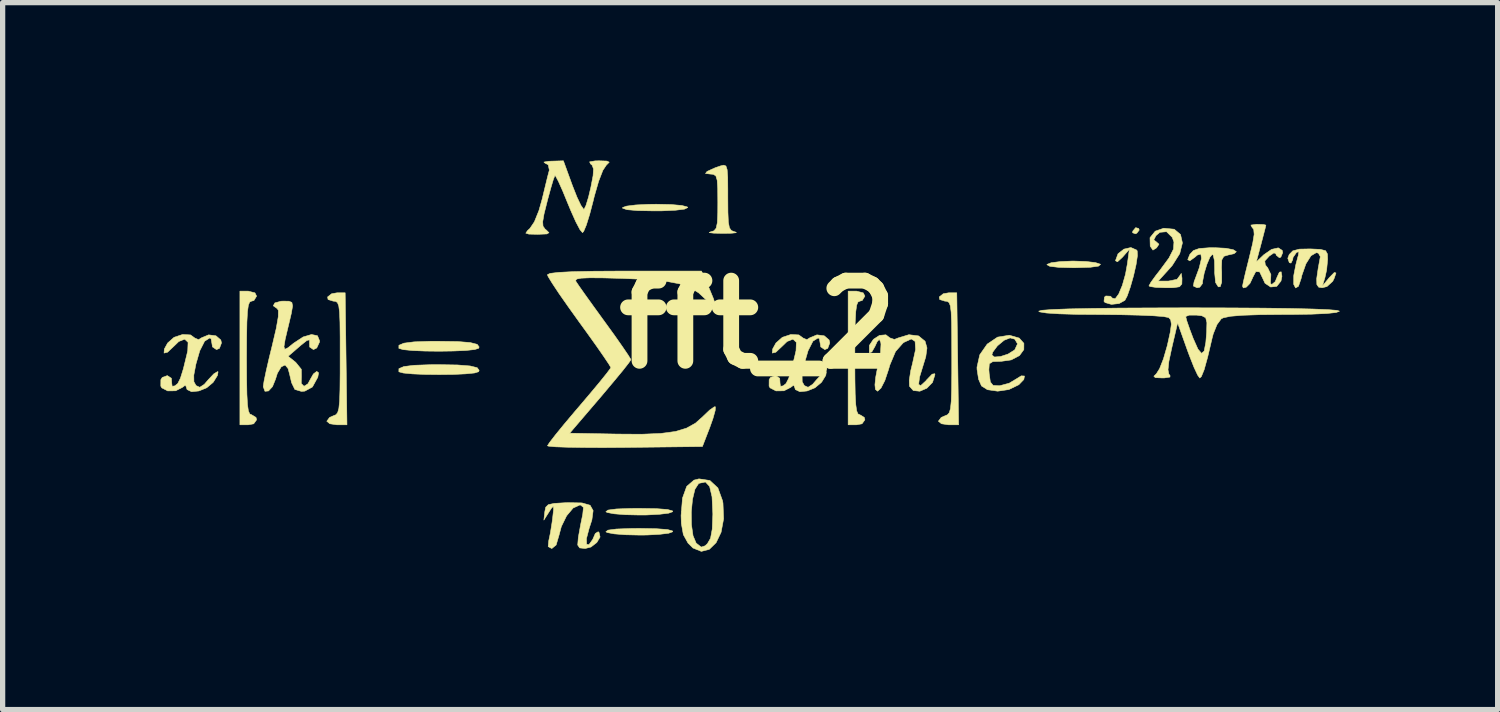
<source format=kicad_pcb>
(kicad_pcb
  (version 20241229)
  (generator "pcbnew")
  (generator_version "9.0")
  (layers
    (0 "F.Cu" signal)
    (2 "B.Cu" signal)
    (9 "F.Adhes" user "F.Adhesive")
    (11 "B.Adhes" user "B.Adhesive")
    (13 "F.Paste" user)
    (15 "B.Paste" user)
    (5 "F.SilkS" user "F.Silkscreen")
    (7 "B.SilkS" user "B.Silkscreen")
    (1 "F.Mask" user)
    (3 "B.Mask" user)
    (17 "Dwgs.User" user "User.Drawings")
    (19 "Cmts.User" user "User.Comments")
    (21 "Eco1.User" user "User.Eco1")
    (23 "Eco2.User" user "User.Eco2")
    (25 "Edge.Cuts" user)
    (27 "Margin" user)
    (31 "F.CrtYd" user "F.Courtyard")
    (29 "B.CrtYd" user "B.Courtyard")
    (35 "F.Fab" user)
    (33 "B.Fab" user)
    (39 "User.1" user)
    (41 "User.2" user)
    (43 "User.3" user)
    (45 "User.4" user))
  (footprint "fft_2"
    (layer "F.Cu")
    (at 11.35 3.116)
    (property "Reference" "fft_2" (at 0 0 0) (layer "F.SilkS") (effects (font (size 1.524 1.524) (thickness 0.3))))
    (attr through_hole)
    (fp_poly (pts (xy 7.234 -1.825) (xy 7.244 -1.795) (xy 7.199 -1.736) (xy 7.172 -1.724) (xy 7.118 -1.744) (xy 7.122 -1.775) (xy 7.177 -1.841) (xy 7.234 -1.825)) (stroke (width 0.01) (type solid)) (fill yes) (layer "F.SilkS"))
    (fp_poly (pts (xy -1.931 3.498) (xy -1.718 3.514) (xy -1.622 3.541) (xy -1.619 3.556) (xy -1.696 3.584) (xy -1.87 3.605) (xy -2.111 3.618) (xy -2.254 3.619) (xy -2.518 3.613) (xy -2.731 3.596) (xy -2.863 3.571) (xy -2.889 3.556) (xy -2.849 3.525) (xy -2.689 3.504) (xy -2.415 3.494) (xy -2.254 3.493) (xy -1.931 3.498)) (stroke (width 0.01) (type solid)) (fill yes) (layer "F.SilkS"))
    (fp_poly (pts (xy -1.931 3.879) (xy -1.718 3.895) (xy -1.622 3.922) (xy -1.619 3.937) (xy -1.696 3.965) (xy -1.87 3.986) (xy -2.111 3.999) (xy -2.254 4) (xy -2.518 3.994) (xy -2.731 3.977) (xy -2.863 3.952) (xy -2.889 3.937) (xy -2.849 3.906) (xy -2.689 3.885) (xy -2.415 3.875) (xy -2.254 3.873) (xy -1.931 3.879)) (stroke (width 0.01) (type solid)) (fill yes) (layer "F.SilkS"))
    (fp_poly (pts (xy -1.65 -2.28) (xy -1.446 -2.262) (xy -1.343 -2.235) (xy -1.333 -2.223) (xy -1.394 -2.193) (xy -1.563 -2.172) (xy -1.823 -2.16) (xy -1.972 -2.159) (xy -2.284 -2.165) (xy -2.486 -2.182) (xy -2.571 -2.21) (xy -2.572 -2.223) (xy -2.495 -2.25) (xy -2.321 -2.272) (xy -2.079 -2.284) (xy -1.933 -2.286) (xy -1.65 -2.28)) (stroke (width 0.01) (type solid)) (fill yes) (layer "F.SilkS"))
    (fp_poly (pts (xy 6.233 -1.198) (xy 6.413 -1.177) (xy 6.505 -1.147) (xy 6.509 -1.143) (xy 6.471 -1.11) (xy 6.315 -1.088) (xy 6.05 -1.08) (xy 6.001 -1.079) (xy 5.72 -1.086) (xy 5.547 -1.106) (xy 5.491 -1.137) (xy 5.493 -1.143) (xy 5.571 -1.174) (xy 5.742 -1.196) (xy 5.969 -1.206) (xy 6.001 -1.206) (xy 6.233 -1.198)) (stroke (width 0.01) (type solid)) (fill yes) (layer "F.SilkS"))
    (fp_poly (pts (xy -5.708 0.323) (xy -5.468 0.342) (xy -5.334 0.376) (xy -5.297 0.426) (xy -5.306 0.451) (xy -5.382 0.475) (xy -5.552 0.493) (xy -5.787 0.503) (xy -6.054 0.507) (xy -6.322 0.504) (xy -6.561 0.494) (xy -6.737 0.477) (xy -6.821 0.453) (xy -6.822 0.451) (xy -6.821 0.394) (xy -6.727 0.354) (xy -6.532 0.329) (xy -6.224 0.318) (xy -6.064 0.318) (xy -5.708 0.323)) (stroke (width 0.01) (type solid)) (fill yes) (layer "F.SilkS"))
    (fp_poly (pts (xy -5.708 0.768) (xy -5.468 0.787) (xy -5.334 0.82) (xy -5.297 0.87) (xy -5.306 0.896) (xy -5.382 0.92) (xy -5.552 0.937) (xy -5.787 0.948) (xy -6.054 0.951) (xy -6.322 0.948) (xy -6.561 0.938) (xy -6.737 0.921) (xy -6.821 0.898) (xy -6.822 0.896) (xy -6.821 0.838) (xy -6.727 0.798) (xy -6.532 0.774) (xy -6.224 0.763) (xy -6.064 0.762) (xy -5.708 0.768)) (stroke (width 0.01) (type solid)) (fill yes) (layer "F.SilkS"))
    (fp_poly (pts (xy -9.556 -0.602) (xy -9.525 -0.54) (xy -9.576 -0.456) (xy -9.62 -0.445) (xy -9.656 -0.428) (xy -9.681 -0.368) (xy -9.698 -0.247) (xy -9.709 -0.048) (xy -9.714 0.244) (xy -9.716 0.635) (xy -9.714 1.035) (xy -9.709 1.325) (xy -9.698 1.521) (xy -9.681 1.64) (xy -9.655 1.699) (xy -9.62 1.714) (xy -9.536 1.765) (xy -9.525 1.81) (xy -9.58 1.886) (xy -9.684 1.905) (xy -9.842 1.905) (xy -9.842 -0.635) (xy -9.684 -0.635) (xy -9.556 -0.602)) (stroke (width 0.01) (type solid)) (fill yes) (layer "F.SilkS"))
    (fp_poly (pts (xy 2.001 -0.602) (xy 2.032 -0.54) (xy 1.981 -0.456) (xy 1.937 -0.445) (xy 1.901 -0.428) (xy 1.876 -0.368) (xy 1.859 -0.247) (xy 1.848 -0.048) (xy 1.843 0.244) (xy 1.841 0.635) (xy 1.843 1.035) (xy 1.848 1.325) (xy 1.859 1.521) (xy 1.876 1.64) (xy 1.902 1.699) (xy 1.937 1.714) (xy 2.021 1.765) (xy 2.032 1.81) (xy 1.977 1.886) (xy 1.873 1.905) (xy 1.714 1.905) (xy 1.714 -0.635) (xy 1.873 -0.635) (xy 2.001 -0.602)) (stroke (width 0.01) (type solid)) (fill yes) (layer "F.SilkS"))
    (fp_poly (pts (xy -7.808 1.905) (xy -8 1.905) (xy -8.134 1.885) (xy -8.191 1.837) (xy -8.191 1.836) (xy -8.138 1.765) (xy -8.065 1.733) (xy -8.018 1.714) (xy -7.985 1.674) (xy -7.962 1.594) (xy -7.948 1.456) (xy -7.941 1.241) (xy -7.938 0.932) (xy -7.938 0.628) (xy -7.938 0.236) (xy -7.941 -0.046) (xy -7.949 -0.237) (xy -7.964 -0.355) (xy -7.989 -0.417) (xy -8.024 -0.441) (xy -8.07 -0.445) (xy -8.167 -0.475) (xy -8.176 -0.524) (xy -8.099 -0.585) (xy -7.996 -0.603) (xy -7.842 -0.603) (xy -7.808 1.905)) (stroke (width 0.01) (type solid)) (fill yes) (layer "F.SilkS"))
    (fp_poly (pts (xy 3.813 1.905) (xy 3.621 1.905) (xy 3.487 1.885) (xy 3.429 1.837) (xy 3.429 1.836) (xy 3.482 1.765) (xy 3.556 1.733) (xy 3.602 1.714) (xy 3.636 1.674) (xy 3.659 1.594) (xy 3.673 1.456) (xy 3.68 1.241) (xy 3.683 0.932) (xy 3.683 0.628) (xy 3.682 0.236) (xy 3.679 -0.046) (xy 3.671 -0.237) (xy 3.656 -0.355) (xy 3.632 -0.417) (xy 3.596 -0.441) (xy 3.551 -0.445) (xy 3.454 -0.475) (xy 3.445 -0.524) (xy 3.521 -0.585) (xy 3.625 -0.603) (xy 3.778 -0.603) (xy 3.813 1.905)) (stroke (width 0.01) (type solid)) (fill yes) (layer "F.SilkS"))
    (fp_poly (pts (xy 7.194 -1.416) (xy 7.206 -1.399) (xy 7.21 -1.308) (xy 7.184 -1.136) (xy 7.136 -0.925) (xy 7.076 -0.714) (xy 7.016 -0.543) (xy 6.972 -0.46) (xy 6.862 -0.399) (xy 6.716 -0.383) (xy 6.597 -0.417) (xy 6.575 -0.44) (xy 6.584 -0.521) (xy 6.61 -0.543) (xy 6.699 -0.538) (xy 6.735 -0.501) (xy 6.788 -0.49) (xy 6.854 -0.579) (xy 6.923 -0.743) (xy 6.984 -0.958) (xy 7.019 -1.153) (xy 7.057 -1.429) (xy 6.926 -1.279) (xy 6.831 -1.192) (xy 6.795 -1.212) (xy 6.795 -1.219) (xy 6.842 -1.345) (xy 6.954 -1.433) (xy 7.086 -1.463) (xy 7.194 -1.416)) (stroke (width 0.01) (type solid)) (fill yes) (layer "F.SilkS"))
    (fp_poly (pts (xy -0.608 -3.012) (xy -0.585 -2.943) (xy -0.574 -2.799) (xy -0.572 -2.559) (xy -0.572 -2.422) (xy -0.57 -2.133) (xy -0.562 -1.947) (xy -0.542 -1.839) (xy -0.505 -1.786) (xy -0.446 -1.763) (xy -0.429 -1.759) (xy -0.409 -1.745) (xy -0.498 -1.735) (xy -0.667 -1.732) (xy -0.841 -1.736) (xy -0.926 -1.746) (xy -0.905 -1.759) (xy -0.835 -1.781) (xy -0.793 -1.831) (xy -0.771 -1.936) (xy -0.763 -2.122) (xy -0.762 -2.322) (xy -0.764 -2.583) (xy -0.774 -2.741) (xy -0.799 -2.823) (xy -0.846 -2.854) (xy -0.905 -2.859) (xy -0.996 -2.87) (xy -0.97 -2.905) (xy -0.953 -2.915) (xy -0.814 -2.978) (xy -0.714 -3.013) (xy -0.65 -3.028) (xy -0.608 -3.012)) (stroke (width 0.01) (type solid)) (fill yes) (layer "F.SilkS"))
    (fp_poly (pts (xy 8.893 -1.449) (xy 9.033 -1.421) (xy 9.09 -1.384) (xy 9.046 -1.346) (xy 8.938 -1.322) (xy 8.852 -1.296) (xy 8.813 -1.228) (xy 8.807 -1.081) (xy 8.811 -0.995) (xy 8.811 -0.803) (xy 8.783 -0.719) (xy 8.747 -0.716) (xy 8.695 -0.798) (xy 8.677 -0.987) (xy 8.678 -1.039) (xy 8.674 -1.212) (xy 8.65 -1.318) (xy 8.633 -1.333) (xy 8.587 -1.279) (xy 8.53 -1.145) (xy 8.479 -0.978) (xy 8.449 -0.823) (xy 8.446 -0.778) (xy 8.394 -0.709) (xy 8.343 -0.699) (xy 8.273 -0.732) (xy 8.286 -0.81) (xy 8.385 -1.078) (xy 8.427 -1.257) (xy 8.415 -1.34) (xy 8.346 -1.319) (xy 8.305 -1.282) (xy 8.205 -1.21) (xy 8.166 -1.234) (xy 8.206 -1.333) (xy 8.274 -1.406) (xy 8.385 -1.445) (xy 8.573 -1.459) (xy 8.683 -1.46) (xy 8.893 -1.449)) (stroke (width 0.01) (type solid)) (fill yes) (layer "F.SilkS"))
    (fp_poly (pts (xy -0.913 2.963) (xy -0.761 3.104) (xy -0.672 3.349) (xy -0.664 3.393) (xy -0.652 3.691) (xy -0.7 3.947) (xy -0.795 4.145) (xy -0.924 4.271) (xy -1.075 4.31) (xy -1.234 4.246) (xy -1.329 4.151) (xy -1.417 3.992) (xy -1.455 3.779) (xy -1.46 3.627) (xy -1.454 3.559) (xy -1.266 3.559) (xy -1.263 3.802) (xy -1.233 4.012) (xy -1.176 4.148) (xy -1.168 4.157) (xy -1.078 4.228) (xy -1.004 4.204) (xy -0.959 4.162) (xy -0.9 4.06) (xy -0.868 3.886) (xy -0.857 3.613) (xy -0.857 3.589) (xy -0.872 3.273) (xy -0.918 3.076) (xy -0.997 2.991) (xy -1.112 3.015) (xy -1.129 3.024) (xy -1.197 3.13) (xy -1.243 3.321) (xy -1.266 3.559) (xy -1.454 3.559) (xy -1.433 3.297) (xy -1.353 3.075) (xy -1.215 2.956) (xy -1.12 2.932) (xy -0.913 2.963)) (stroke (width 0.01) (type solid)) (fill yes) (layer "F.SilkS"))
    (fp_poly (pts (xy 7.909 -1.811) (xy 8.029 -1.711) (xy 8.065 -1.55) (xy 8.014 -1.348) (xy 7.873 -1.124) (xy 7.835 -1.08) (xy 7.605 -0.826) (xy 7.798 -0.826) (xy 7.963 -0.859) (xy 8.021 -0.937) (xy 8.043 -0.972) (xy 8.056 -0.887) (xy 8.057 -0.873) (xy 8.054 -0.77) (xy 8.01 -0.718) (xy 7.895 -0.7) (xy 7.747 -0.699) (xy 7.566 -0.705) (xy 7.451 -0.722) (xy 7.429 -0.735) (xy 7.466 -0.802) (xy 7.56 -0.932) (xy 7.642 -1.037) (xy 7.81 -1.265) (xy 7.895 -1.433) (xy 7.904 -1.568) (xy 7.872 -1.656) (xy 7.763 -1.764) (xy 7.635 -1.752) (xy 7.562 -1.689) (xy 7.521 -1.608) (xy 7.57 -1.57) (xy 7.619 -1.526) (xy 7.574 -1.458) (xy 7.505 -1.414) (xy 7.455 -1.486) (xy 7.453 -1.49) (xy 7.449 -1.65) (xy 7.549 -1.774) (xy 7.71 -1.83) (xy 7.909 -1.811)) (stroke (width 0.01) (type solid)) (fill yes) (layer "F.SilkS"))
    (fp_poly (pts (xy 10.686 -1.428) (xy 10.785 -1.403) (xy 10.82 -1.341) (xy 10.824 -1.238) (xy 10.805 -1.038) (xy 10.772 -0.889) (xy 10.724 -0.73) (xy 10.853 -0.889) (xy 10.95 -0.988) (xy 10.983 -0.98) (xy 10.946 -0.872) (xy 10.92 -0.821) (xy 10.811 -0.722) (xy 10.721 -0.699) (xy 10.654 -0.71) (xy 10.619 -0.76) (xy 10.616 -0.871) (xy 10.644 -1.065) (xy 10.685 -1.29) (xy 10.648 -1.357) (xy 10.607 -1.365) (xy 10.508 -1.307) (xy 10.411 -1.153) (xy 10.334 -0.934) (xy 10.32 -0.873) (xy 10.27 -0.727) (xy 10.215 -0.695) (xy 10.179 -0.765) (xy 10.18 -0.926) (xy 10.183 -0.947) (xy 10.22 -1.138) (xy 10.259 -1.288) (xy 10.266 -1.307) (xy 10.278 -1.383) (xy 10.234 -1.372) (xy 10.166 -1.274) (xy 10.16 -1.231) (xy 10.128 -1.168) (xy 10.096 -1.175) (xy 10.067 -1.259) (xy 10.094 -1.33) (xy 10.162 -1.4) (xy 10.288 -1.433) (xy 10.492 -1.437) (xy 10.686 -1.428)) (stroke (width 0.01) (type solid)) (fill yes) (layer "F.SilkS"))
    (fp_poly (pts (xy 4.777 0.203) (xy 4.964 0.257) (xy 5.053 0.357) (xy 5.052 0.476) (xy 4.969 0.59) (xy 4.812 0.672) (xy 4.622 0.699) (xy 4.462 0.704) (xy 4.396 0.746) (xy 4.388 0.859) (xy 4.394 0.937) (xy 4.416 1.092) (xy 4.468 1.156) (xy 4.583 1.163) (xy 4.596 1.162) (xy 4.775 1.114) (xy 4.898 1.04) (xy 5.003 0.975) (xy 5.064 0.978) (xy 5.052 1.044) (xy 4.961 1.139) (xy 4.952 1.146) (xy 4.768 1.235) (xy 4.555 1.266) (xy 4.361 1.238) (xy 4.248 1.167) (xy 4.192 1.038) (xy 4.163 0.852) (xy 4.162 0.811) (xy 4.214 0.578) (xy 4.445 0.578) (xy 4.494 0.617) (xy 4.611 0.607) (xy 4.752 0.561) (xy 4.872 0.486) (xy 4.881 0.478) (xy 4.932 0.366) (xy 4.879 0.277) (xy 4.791 0.254) (xy 4.677 0.299) (xy 4.55 0.405) (xy 4.461 0.524) (xy 4.445 0.578) (xy 4.214 0.578) (xy 4.216 0.573) (xy 4.356 0.372) (xy 4.553 0.239) (xy 4.777 0.203) (xy 4.777 0.203)) (stroke (width 0.01) (type solid)) (fill yes) (layer "F.SilkS"))
    (fp_poly (pts (xy -3.343 3.389) (xy -3.189 3.433) (xy -3.131 3.535) (xy -3.155 3.713) (xy -3.207 3.873) (xy -3.258 4.067) (xy -3.255 4.174) (xy -3.21 4.182) (xy -3.138 4.081) (xy -3.089 3.969) (xy -3.036 3.937) (xy -3.02 3.947) (xy -2.999 4.036) (xy -3.061 4.141) (xy -3.172 4.227) (xy -3.281 4.255) (xy -3.387 4.244) (xy -3.424 4.189) (xy -3.413 4.053) (xy -3.407 4.016) (xy -3.369 3.805) (xy -3.33 3.614) (xy -3.328 3.604) (xy -3.315 3.474) (xy -3.368 3.43) (xy -3.385 3.429) (xy -3.511 3.486) (xy -3.635 3.634) (xy -3.735 3.838) (xy -3.779 4.002) (xy -3.834 4.188) (xy -3.914 4.254) (xy -3.918 4.255) (xy -3.985 4.219) (xy -3.975 4.112) (xy -3.943 3.959) (xy -3.91 3.751) (xy -3.901 3.683) (xy -3.882 3.512) (xy -3.887 3.453) (xy -3.923 3.489) (xy -3.966 3.556) (xy -4.067 3.715) (xy -4.049 3.556) (xy -4.032 3.471) (xy -3.982 3.422) (xy -3.871 3.398) (xy -3.67 3.386) (xy -3.607 3.384) (xy -3.343 3.389)) (stroke (width 0.01) (type solid)) (fill yes) (layer "F.SilkS"))
    (fp_poly (pts (xy 9.604 -1.9) (xy 9.651 -1.889) (xy 9.636 -1.824) (xy 9.597 -1.674) (xy 9.56 -1.532) (xy 9.469 -1.191) (xy 9.612 -1.326) (xy 9.759 -1.428) (xy 9.886 -1.457) (xy 9.961 -1.409) (xy 9.97 -1.365) (xy 9.935 -1.281) (xy 9.906 -1.27) (xy 9.846 -1.32) (xy 9.842 -1.343) (xy 9.804 -1.362) (xy 9.715 -1.301) (xy 9.63 -1.208) (xy 9.64 -1.133) (xy 9.685 -1.078) (xy 9.746 -0.951) (xy 9.742 -0.866) (xy 9.737 -0.779) (xy 9.765 -0.762) (xy 9.828 -0.815) (xy 9.864 -0.902) (xy 9.907 -0.995) (xy 9.941 -1.002) (xy 9.956 -0.917) (xy 9.938 -0.827) (xy 9.857 -0.725) (xy 9.741 -0.713) (xy 9.634 -0.785) (xy 9.591 -0.877) (xy 9.532 -1.001) (xy 9.459 -1.006) (xy 9.399 -0.892) (xy 9.396 -0.882) (xy 9.348 -0.781) (xy 9.278 -0.71) (xy 9.221 -0.696) (xy 9.207 -0.73) (xy 9.222 -0.807) (xy 9.261 -0.976) (xy 9.318 -1.204) (xy 9.338 -1.285) (xy 9.401 -1.548) (xy 9.428 -1.713) (xy 9.42 -1.807) (xy 9.386 -1.85) (xy 9.366 -1.89) (xy 9.469 -1.904) (xy 9.477 -1.904) (xy 9.604 -1.9)) (stroke (width 0.01) (type solid)) (fill yes) (layer "F.SilkS"))
    (fp_poly (pts (xy 3.052 0.216) (xy 3.175 0.317) (xy 3.177 0.322) (xy 3.212 0.445) (xy 3.189 0.612) (xy 3.148 0.746) (xy 3.071 0.997) (xy 3.053 1.136) (xy 3.091 1.162) (xy 3.187 1.074) (xy 3.209 1.048) (xy 3.31 0.943) (xy 3.36 0.934) (xy 3.363 0.953) (xy 3.317 1.1) (xy 3.209 1.21) (xy 3.076 1.267) (xy 2.952 1.254) (xy 2.879 1.172) (xy 2.875 1.059) (xy 2.904 0.873) (xy 2.938 0.735) (xy 2.995 0.474) (xy 2.986 0.32) (xy 2.914 0.274) (xy 2.777 0.337) (xy 2.754 0.354) (xy 2.614 0.513) (xy 2.507 0.767) (xy 2.481 0.856) (xy 2.411 1.065) (xy 2.338 1.207) (xy 2.274 1.267) (xy 2.232 1.232) (xy 2.223 1.145) (xy 2.238 0.999) (xy 2.276 0.799) (xy 2.292 0.733) (xy 2.329 0.537) (xy 2.338 0.376) (xy 2.334 0.34) (xy 2.307 0.28) (xy 2.266 0.324) (xy 2.225 0.413) (xy 2.164 0.52) (xy 2.12 0.535) (xy 2.116 0.527) (xy 2.117 0.397) (xy 2.194 0.281) (xy 2.31 0.206) (xy 2.431 0.195) (xy 2.508 0.254) (xy 2.593 0.283) (xy 2.667 0.254) (xy 2.868 0.193) (xy 3.052 0.216)) (stroke (width 0.01) (type solid)) (fill yes) (layer "F.SilkS"))
    (fp_poly (pts (xy -10.78 0.197) (xy -10.698 0.257) (xy -10.627 0.287) (xy -10.571 0.252) (xy -10.436 0.196) (xy -10.297 0.214) (xy -10.205 0.293) (xy -10.192 0.349) (xy -10.231 0.453) (xy -10.287 0.476) (xy -10.363 0.425) (xy -10.373 0.365) (xy -10.389 0.271) (xy -10.413 0.254) (xy -10.512 0.316) (xy -10.605 0.499) (xy -10.678 0.752) (xy -10.718 0.962) (xy -10.716 1.087) (xy -10.675 1.16) (xy -10.604 1.192) (xy -10.518 1.136) (xy -10.444 1.05) (xy -10.339 0.938) (xy -10.267 0.894) (xy -10.257 0.898) (xy -10.268 0.966) (xy -10.341 1.085) (xy -10.354 1.102) (xy -10.474 1.202) (xy -10.622 1.262) (xy -10.76 1.276) (xy -10.846 1.235) (xy -10.858 1.194) (xy -10.877 1.15) (xy -10.935 1.194) (xy -11.063 1.259) (xy -11.213 1.261) (xy -11.326 1.203) (xy -11.345 1.17) (xy -11.344 1.048) (xy -11.317 1.005) (xy -11.221 0.97) (xy -11.143 1.021) (xy -11.137 1.114) (xy -11.129 1.173) (xy -11.078 1.165) (xy -11.023 1.121) (xy -10.972 1.02) (xy -10.916 0.841) (xy -10.848 0.562) (xy -10.833 0.496) (xy -10.827 0.338) (xy -10.891 0.278) (xy -11.003 0.322) (xy -11.094 0.41) (xy -11.217 0.526) (xy -11.283 0.542) (xy -11.278 0.466) (xy -11.215 0.351) (xy -11.093 0.243) (xy -10.931 0.189) (xy -10.78 0.197)) (stroke (width 0.01) (type solid)) (fill yes) (layer "F.SilkS"))
    (fp_poly (pts (xy 0.777 0.197) (xy 0.859 0.257) (xy 0.93 0.287) (xy 0.986 0.252) (xy 1.121 0.196) (xy 1.26 0.214) (xy 1.352 0.293) (xy 1.365 0.349) (xy 1.326 0.453) (xy 1.27 0.476) (xy 1.194 0.425) (xy 1.184 0.365) (xy 1.168 0.271) (xy 1.144 0.254) (xy 1.045 0.316) (xy 0.952 0.499) (xy 0.879 0.752) (xy 0.839 0.962) (xy 0.841 1.087) (xy 0.882 1.16) (xy 0.953 1.192) (xy 1.039 1.136) (xy 1.113 1.05) (xy 1.218 0.938) (xy 1.29 0.894) (xy 1.3 0.898) (xy 1.289 0.966) (xy 1.216 1.085) (xy 1.203 1.102) (xy 1.083 1.202) (xy 0.935 1.262) (xy 0.797 1.276) (xy 0.711 1.235) (xy 0.699 1.194) (xy 0.68 1.15) (xy 0.622 1.194) (xy 0.494 1.259) (xy 0.344 1.261) (xy 0.231 1.203) (xy 0.212 1.17) (xy 0.213 1.048) (xy 0.24 1.005) (xy 0.336 0.97) (xy 0.414 1.021) (xy 0.42 1.114) (xy 0.428 1.173) (xy 0.479 1.165) (xy 0.534 1.121) (xy 0.585 1.02) (xy 0.641 0.841) (xy 0.709 0.562) (xy 0.724 0.496) (xy 0.73 0.338) (xy 0.666 0.278) (xy 0.554 0.322) (xy 0.463 0.41) (xy 0.34 0.526) (xy 0.274 0.542) (xy 0.279 0.466) (xy 0.342 0.351) (xy 0.464 0.243) (xy 0.626 0.189) (xy 0.777 0.197)) (stroke (width 0.01) (type solid)) (fill yes) (layer "F.SilkS"))
    (fp_poly (pts (xy -8.912 -0.443) (xy -8.855 -0.421) (xy -8.841 -0.353) (xy -8.865 -0.213) (xy -8.921 0.025) (xy -8.923 0.032) (xy -8.982 0.28) (xy -9.005 0.421) (xy -8.989 0.47) (xy -8.928 0.441) (xy -8.822 0.355) (xy -8.641 0.236) (xy -8.481 0.189) (xy -8.368 0.213) (xy -8.328 0.311) (xy -8.33 0.333) (xy -8.382 0.445) (xy -8.445 0.476) (xy -8.517 0.427) (xy -8.52 0.354) (xy -8.52 0.291) (xy -8.57 0.303) (xy -8.687 0.396) (xy -8.712 0.418) (xy -8.926 0.603) (xy -8.781 0.719) (xy -8.675 0.85) (xy -8.673 0.982) (xy -8.677 1.12) (xy -8.624 1.173) (xy -8.549 1.125) (xy -8.51 1.052) (xy -8.446 0.939) (xy -8.382 0.89) (xy -8.347 0.917) (xy -8.362 1) (xy -8.464 1.186) (xy -8.608 1.265) (xy -8.674 1.27) (xy -8.798 1.233) (xy -8.861 1.103) (xy -8.862 1.095) (xy -8.9 0.935) (xy -8.927 0.836) (xy -8.983 0.768) (xy -9.057 0.804) (xy -9.13 0.925) (xy -9.165 1.037) (xy -9.223 1.18) (xy -9.299 1.262) (xy -9.366 1.268) (xy -9.398 1.182) (xy -9.398 1.173) (xy -9.383 1.074) (xy -9.343 0.882) (xy -9.284 0.627) (xy -9.228 0.399) (xy -9.151 0.071) (xy -9.113 -0.148) (xy -9.111 -0.269) (xy -9.133 -0.303) (xy -9.208 -0.356) (xy -9.178 -0.411) (xy -9.061 -0.443) (xy -9.017 -0.445) (xy -8.912 -0.443)) (stroke (width 0.01) (type solid)) (fill yes) (layer "F.SilkS"))
    (fp_poly (pts (xy -3.523 -2.636) (xy -3.437 -2.419) (xy -3.362 -2.262) (xy -3.311 -2.191) (xy -3.303 -2.19) (xy -3.267 -2.263) (xy -3.218 -2.423) (xy -3.174 -2.608) (xy -3.132 -2.828) (xy -3.124 -2.957) (xy -3.15 -3.027) (xy -3.181 -3.053) (xy -3.198 -3.091) (xy -3.095 -3.109) (xy -3.02 -3.111) (xy -2.868 -3.106) (xy -2.825 -3.084) (xy -2.874 -3.035) (xy -2.878 -3.032) (xy -2.946 -2.93) (xy -3.026 -2.724) (xy -3.108 -2.44) (xy -3.13 -2.349) (xy -3.197 -2.093) (xy -3.26 -1.891) (xy -3.311 -1.769) (xy -3.333 -1.746) (xy -3.38 -1.801) (xy -3.459 -1.95) (xy -3.555 -2.165) (xy -3.612 -2.302) (xy -3.709 -2.538) (xy -3.79 -2.719) (xy -3.843 -2.819) (xy -3.857 -2.831) (xy -3.885 -2.762) (xy -3.933 -2.601) (xy -3.993 -2.382) (xy -4.004 -2.339) (xy -4.064 -2.1) (xy -4.089 -1.953) (xy -4.083 -1.868) (xy -4.044 -1.814) (xy -4.019 -1.794) (xy -3.97 -1.745) (xy -4.01 -1.721) (xy -4.156 -1.715) (xy -4.186 -1.714) (xy -4.352 -1.718) (xy -4.41 -1.736) (xy -4.378 -1.784) (xy -4.332 -1.826) (xy -4.247 -1.952) (xy -4.16 -2.168) (xy -4.1 -2.381) (xy -4.043 -2.617) (xy -3.995 -2.814) (xy -3.964 -2.93) (xy -3.963 -2.932) (xy -3.984 -3.035) (xy -4.045 -3.067) (xy -4.066 -3.087) (xy -3.978 -3.102) (xy -3.928 -3.104) (xy -3.696 -3.111) (xy -3.523 -2.636)) (stroke (width 0.01) (type solid)) (fill yes) (layer "F.SilkS"))
    (fp_poly (pts (xy 8.951 -0.316) (xy 9.597 -0.312) (xy 10.127 -0.305) (xy 10.54 -0.295) (xy 10.833 -0.283) (xy 11.003 -0.269) (xy 11.049 -0.254) (xy 10.987 -0.229) (xy 10.808 -0.21) (xy 10.52 -0.197) (xy 10.133 -0.191) (xy 9.982 -0.191) (xy 9.536 -0.187) (xy 9.205 -0.176) (xy 8.977 -0.157) (xy 8.842 -0.128) (xy 8.803 -0.109) (xy 8.722 0.000155) (xy 8.65 0.179) (xy 8.63 0.256) (xy 8.545 0.616) (xy 8.478 0.858) (xy 8.425 0.988) (xy 8.394 1.016) (xy 8.354 0.96) (xy 8.285 0.812) (xy 8.2 0.597) (xy 8.161 0.492) (xy 7.974 -0.032) (xy 7.863 0.442) (xy 7.808 0.7) (xy 7.791 0.86) (xy 7.808 0.944) (xy 7.829 0.965) (xy 7.829 0.998) (xy 7.723 1.014) (xy 7.687 1.015) (xy 7.55 1.009) (xy 7.522 0.982) (xy 7.569 0.937) (xy 7.631 0.839) (xy 7.704 0.654) (xy 7.772 0.42) (xy 7.78 0.39) (xy 7.834 0.145) (xy 7.855 -0.006) (xy 7.842 -0.09) (xy 7.803 -0.133) (xy 7.72 -0.149) (xy 8.128 -0.149) (xy 8.149 -0.068) (xy 8.205 0.093) (xy 8.27 0.265) (xy 8.36 0.467) (xy 8.428 0.547) (xy 8.478 0.504) (xy 8.51 0.337) (xy 8.525 0.149) (xy 8.53 -0.036) (xy 8.507 -0.129) (xy 8.436 -0.166) (xy 8.334 -0.179) (xy 8.194 -0.179) (xy 8.129 -0.153) (xy 8.128 -0.149) (xy 7.72 -0.149) (xy 7.714 -0.151) (xy 7.52 -0.166) (xy 7.242 -0.178) (xy 6.901 -0.186) (xy 6.525 -0.19) (xy 6.077 -0.193) (xy 5.727 -0.203) (xy 5.483 -0.219) (xy 5.354 -0.24) (xy 5.334 -0.254) (xy 5.397 -0.271) (xy 5.585 -0.285) (xy 5.895 -0.297) (xy 6.325 -0.306) (xy 6.872 -0.313) (xy 7.534 -0.316) (xy 8.191 -0.318) (xy 8.951 -0.316)) (stroke (width 0.01) (type solid)) (fill yes) (layer "F.SilkS"))
    (fp_poly (pts (xy -0.924 -0.683) (xy -0.848 -0.499) (xy -0.804 -0.367) (xy -0.8 -0.323) (xy -0.854 -0.348) (xy -0.956 -0.441) (xy -0.984 -0.47) (xy -1.127 -0.603) (xy -1.291 -0.703) (xy -1.494 -0.775) (xy -1.76 -0.824) (xy -2.11 -0.856) (xy -2.565 -0.876) (xy -2.933 -0.886) (xy -3.191 -0.888) (xy -3.355 -0.881) (xy -3.441 -0.865) (xy -3.464 -0.837) (xy -3.457 -0.818) (xy -3.402 -0.736) (xy -3.287 -0.573) (xy -3.129 -0.353) (xy -2.943 -0.096) (xy -2.909 -0.049) (xy -2.725 0.205) (xy -2.573 0.422) (xy -2.465 0.581) (xy -2.415 0.662) (xy -2.413 0.668) (xy -2.452 0.726) (xy -2.559 0.863) (xy -2.72 1.058) (xy -2.919 1.295) (xy -2.994 1.384) (xy -3.576 2.064) (xy -2.674 2.081) (xy -2.207 2.084) (xy -1.845 2.069) (xy -1.568 2.032) (xy -1.356 1.968) (xy -1.187 1.874) (xy -1.042 1.745) (xy -1.041 1.743) (xy -0.916 1.624) (xy -0.828 1.563) (xy -0.808 1.563) (xy -0.812 1.634) (xy -0.855 1.787) (xy -0.915 1.956) (xy -1.055 2.318) (xy -2.528 2.335) (xy -2.945 2.338) (xy -3.316 2.336) (xy -3.623 2.331) (xy -3.85 2.323) (xy -3.977 2.311) (xy -3.999 2.303) (xy -3.958 2.24) (xy -3.85 2.1) (xy -3.687 1.9) (xy -3.485 1.66) (xy -3.396 1.556) (xy -3.183 1.305) (xy -3.003 1.089) (xy -2.871 0.925) (xy -2.801 0.831) (xy -2.794 0.817) (xy -2.83 0.755) (xy -2.928 0.609) (xy -3.076 0.396) (xy -3.262 0.136) (xy -3.397 -0.05) (xy -3.601 -0.335) (xy -3.776 -0.585) (xy -3.908 -0.784) (xy -3.986 -0.912) (xy -4 -0.947) (xy -3.948 -0.972) (xy -3.786 -0.991) (xy -3.512 -1.005) (xy -3.121 -1.013) (xy -2.607 -1.016) (xy -2.536 -1.016) (xy -1.072 -1.016) (xy -0.924 -0.683)) (stroke (width 0.01) (type solid)) (fill yes) (layer "F.SilkS")))
  (gr_rect
    (start -3 -3)
    (end 25.404 10.431)
    (stroke (width 0.1) (type default))
    (fill no)
    (layer "Edge.Cuts")))
</source>
